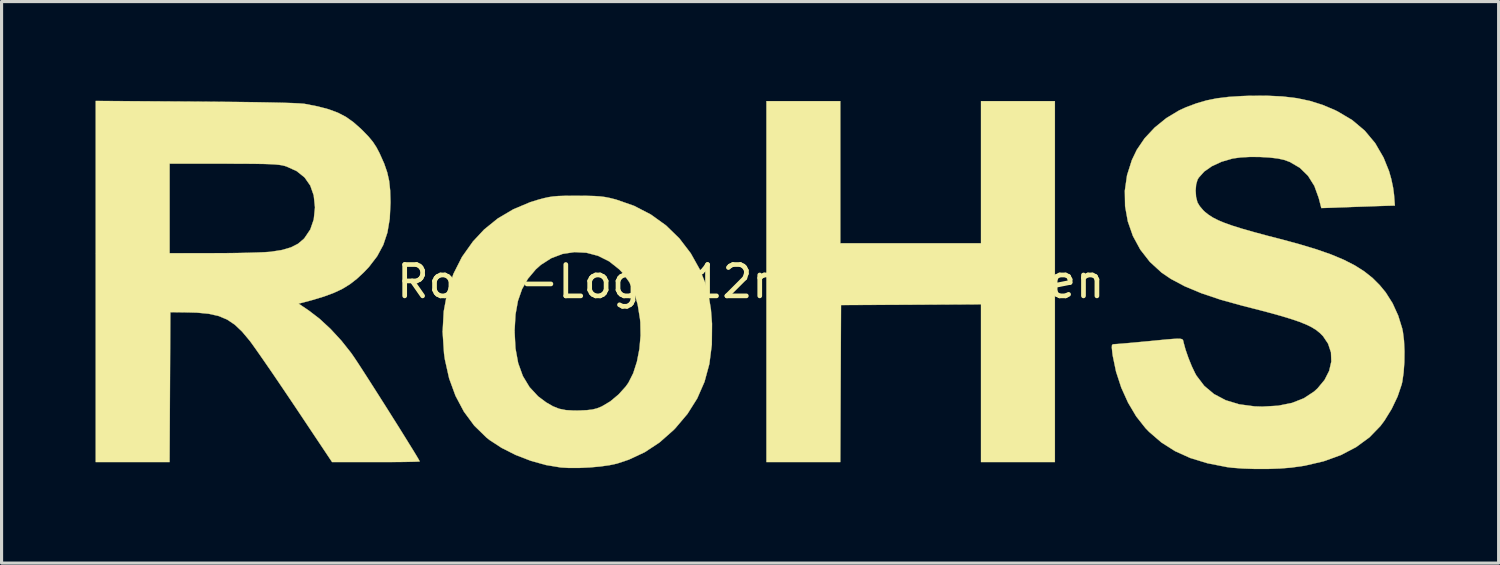
<source format=kicad_pcb>
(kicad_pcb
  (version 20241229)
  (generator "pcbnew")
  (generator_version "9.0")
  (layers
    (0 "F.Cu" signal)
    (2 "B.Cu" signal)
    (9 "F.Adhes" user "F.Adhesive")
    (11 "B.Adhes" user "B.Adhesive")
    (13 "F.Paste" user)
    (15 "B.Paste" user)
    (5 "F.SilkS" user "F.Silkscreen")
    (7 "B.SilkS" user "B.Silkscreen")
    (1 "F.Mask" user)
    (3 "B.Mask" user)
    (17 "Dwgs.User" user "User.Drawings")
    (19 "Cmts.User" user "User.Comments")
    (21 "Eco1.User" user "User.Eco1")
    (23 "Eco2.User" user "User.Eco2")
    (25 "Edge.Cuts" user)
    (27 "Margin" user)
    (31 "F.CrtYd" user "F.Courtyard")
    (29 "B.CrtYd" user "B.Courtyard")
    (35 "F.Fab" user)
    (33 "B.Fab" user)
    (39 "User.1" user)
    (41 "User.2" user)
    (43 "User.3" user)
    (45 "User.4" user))
  (footprint "RoHS-Logo_12mm_SilkScreen"
    (layer "F.Cu")
    (at 20.915 5.939)
    (property "Reference" "RoHS-Logo_12mm_SilkScreen" (at 0 0 0) (layer "F.SilkS") (effects (font (size 1 1) (thickness 0.15))))
    (attr board_only exclude_from_pos_files exclude_from_bom allow_missing_courtyard)
    (fp_poly (pts (xy 2.857 -1.225) (xy 7.348 -1.225) (xy 7.348 -5.76) (xy 9.706 -5.76) (xy 9.706 5.76) (xy 7.348 5.76) (xy 7.348 0.725) (xy 5.114 0.737) (xy 2.88 0.748) (xy 2.868 3.254) (xy 2.857 5.76) (xy 0.499 5.76) (xy 0.499 -5.76) (xy 2.857 -5.76) (xy 2.857 -1.225)) (stroke (width 0.01) (type solid)) (fill yes) (layer "F.SilkS"))
    (fp_poly (pts (xy -5.534 -2.74) (xy -5.231 -2.738) (xy -4.997 -2.732) (xy -4.812 -2.72) (xy -4.654 -2.7) (xy -4.502 -2.67) (xy -4.334 -2.628) (xy -4.306 -2.621) (xy -3.726 -2.419) (xy -3.191 -2.142) (xy -2.707 -1.794) (xy -2.28 -1.379) (xy -1.916 -0.903) (xy -1.63 -0.391) (xy -1.464 0.017) (xy -1.347 0.436) (xy -1.273 0.891) (xy -1.238 1.343) (xy -1.244 2.01) (xy -1.323 2.627) (xy -1.478 3.198) (xy -1.71 3.728) (xy -2.02 4.22) (xy -2.41 4.681) (xy -2.47 4.742) (xy -2.913 5.133) (xy -3.382 5.443) (xy -3.893 5.682) (xy -4.271 5.808) (xy -4.508 5.859) (xy -4.807 5.901) (xy -5.142 5.931) (xy -5.486 5.947) (xy -5.81 5.947) (xy -6.065 5.932) (xy -6.538 5.854) (xy -7.026 5.718) (xy -7.505 5.533) (xy -7.95 5.309) (xy -8.337 5.057) (xy -8.44 4.975) (xy -8.828 4.596) (xy -9.157 4.15) (xy -9.425 3.646) (xy -9.629 3.089) (xy -9.764 2.487) (xy -9.792 2.291) (xy -9.837 1.604) (xy -9.836 1.587) (xy -7.54 1.587) (xy -7.512 2.128) (xy -7.425 2.602) (xy -7.276 3.014) (xy -7.063 3.367) (xy -6.787 3.664) (xy -6.531 3.855) (xy -6.319 3.978) (xy -6.119 4.058) (xy -5.904 4.101) (xy -5.644 4.116) (xy -5.466 4.114) (xy -5.232 4.103) (xy -5.059 4.083) (xy -4.917 4.048) (xy -4.775 3.992) (xy -4.753 3.982) (xy -4.484 3.822) (xy -4.221 3.602) (xy -3.993 3.35) (xy -3.906 3.227) (xy -3.753 2.924) (xy -3.635 2.557) (xy -3.555 2.148) (xy -3.518 1.721) (xy -3.526 1.296) (xy -3.537 1.19) (xy -3.611 0.731) (xy -3.723 0.342) (xy -3.88 0.013) (xy -4.085 -0.271) (xy -4.198 -0.39) (xy -4.52 -0.646) (xy -4.873 -0.823) (xy -5.247 -0.922) (xy -5.628 -0.942) (xy -6.006 -0.885) (xy -6.368 -0.749) (xy -6.702 -0.535) (xy -6.865 -0.389) (xy -7.113 -0.094) (xy -7.301 0.238) (xy -7.433 0.616) (xy -7.511 1.051) (xy -7.539 1.554) (xy -7.54 1.587) (xy -9.836 1.587) (xy -9.801 0.949) (xy -9.686 0.33) (xy -9.491 -0.25) (xy -9.218 -0.789) (xy -8.868 -1.282) (xy -8.511 -1.664) (xy -8.077 -2.015) (xy -7.581 -2.308) (xy -7.037 -2.537) (xy -6.777 -2.617) (xy -6.604 -2.663) (xy -6.455 -2.696) (xy -6.308 -2.718) (xy -6.144 -2.732) (xy -5.94 -2.738) (xy -5.676 -2.74) (xy -5.534 -2.74)) (stroke (width 0.01) (type solid)) (fill yes) (layer "F.SilkS"))
    (fp_poly (pts (xy -17.723 -5.746) (xy -17.011 -5.74) (xy -16.374 -5.734) (xy -15.816 -5.727) (xy -15.337 -5.718) (xy -14.941 -5.709) (xy -14.628 -5.699) (xy -14.402 -5.688) (xy -14.264 -5.677) (xy -14.242 -5.674) (xy -13.821 -5.592) (xy -13.473 -5.5) (xy -13.179 -5.391) (xy -12.922 -5.257) (xy -12.684 -5.088) (xy -12.446 -4.878) (xy -12.395 -4.828) (xy -12.204 -4.631) (xy -12.063 -4.461) (xy -11.951 -4.29) (xy -11.846 -4.09) (xy -11.841 -4.078) (xy -11.702 -3.767) (xy -11.606 -3.489) (xy -11.544 -3.215) (xy -11.512 -2.914) (xy -11.501 -2.557) (xy -11.501 -2.517) (xy -11.525 -2.009) (xy -11.6 -1.565) (xy -11.732 -1.17) (xy -11.927 -0.809) (xy -12.19 -0.467) (xy -12.356 -0.293) (xy -12.577 -0.087) (xy -12.799 0.085) (xy -13.037 0.231) (xy -13.308 0.358) (xy -13.626 0.476) (xy -14.009 0.591) (xy -14.281 0.664) (xy -14.434 0.703) (xy -14.1 0.929) (xy -13.76 1.19) (xy -13.41 1.515) (xy -13.07 1.883) (xy -12.761 2.272) (xy -12.716 2.336) (xy -12.638 2.45) (xy -12.524 2.622) (xy -12.382 2.841) (xy -12.216 3.099) (xy -12.033 3.385) (xy -11.839 3.69) (xy -11.639 4.005) (xy -11.44 4.321) (xy -11.247 4.627) (xy -11.068 4.914) (xy -10.907 5.174) (xy -10.77 5.395) (xy -10.664 5.569) (xy -10.595 5.687) (xy -10.568 5.738) (xy -10.568 5.739) (xy -10.612 5.744) (xy -10.735 5.749) (xy -10.927 5.753) (xy -11.177 5.757) (xy -11.474 5.759) (xy -11.807 5.76) (xy -11.966 5.76) (xy -13.365 5.76) (xy -14.523 4.025) (xy -14.773 3.653) (xy -15.019 3.289) (xy -15.253 2.944) (xy -15.47 2.629) (xy -15.662 2.352) (xy -15.822 2.124) (xy -15.943 1.955) (xy -15.999 1.881) (xy -16.239 1.594) (xy -16.473 1.373) (xy -16.717 1.21) (xy -16.988 1.097) (xy -17.303 1.026) (xy -17.677 0.99) (xy -17.959 0.982) (xy -18.528 0.975) (xy -18.54 3.368) (xy -18.552 5.76) (xy -20.91 5.76) (xy -20.91 -3.765) (xy -18.551 -3.765) (xy -18.551 -0.907) (xy -17.134 -0.908) (xy -16.762 -0.909) (xy -16.399 -0.913) (xy -16.062 -0.92) (xy -15.765 -0.929) (xy -15.524 -0.939) (xy -15.354 -0.95) (xy -15.32 -0.953) (xy -14.963 -1.01) (xy -14.679 -1.093) (xy -14.454 -1.207) (xy -14.273 -1.36) (xy -14.246 -1.39) (xy -14.06 -1.665) (xy -13.95 -1.985) (xy -13.912 -2.355) (xy -13.912 -2.381) (xy -13.951 -2.752) (xy -14.061 -3.066) (xy -14.242 -3.324) (xy -14.494 -3.527) (xy -14.819 -3.674) (xy -14.878 -3.693) (xy -14.956 -3.712) (xy -15.052 -3.727) (xy -15.177 -3.74) (xy -15.34 -3.749) (xy -15.551 -3.756) (xy -15.819 -3.76) (xy -16.153 -3.763) (xy -16.563 -3.764) (xy -16.836 -3.765) (xy -18.551 -3.765) (xy -20.91 -3.765) (xy -20.91 -5.767) (xy -17.723 -5.746)) (stroke (width 0.01) (type solid)) (fill yes) (layer "F.SilkS"))
    (fp_poly (pts (xy 16.973 -5.91) (xy 17.432 -5.855) (xy 17.852 -5.766) (xy 18.25 -5.641) (xy 18.641 -5.476) (xy 18.727 -5.434) (xy 19.195 -5.157) (xy 19.595 -4.82) (xy 19.929 -4.421) (xy 20.197 -3.959) (xy 20.371 -3.529) (xy 20.444 -3.273) (xy 20.501 -3.003) (xy 20.531 -2.779) (xy 20.558 -2.427) (xy 20.428 -2.424) (xy 20.346 -2.422) (xy 20.188 -2.417) (xy 19.969 -2.41) (xy 19.704 -2.4) (xy 19.408 -2.39) (xy 19.254 -2.385) (xy 18.211 -2.348) (xy 18.128 -2.669) (xy 17.989 -3.054) (xy 17.787 -3.376) (xy 17.526 -3.632) (xy 17.206 -3.819) (xy 17.032 -3.884) (xy 16.822 -3.93) (xy 16.55 -3.962) (xy 16.244 -3.979) (xy 15.931 -3.98) (xy 15.64 -3.965) (xy 15.398 -3.932) (xy 15.38 -3.929) (xy 15.028 -3.827) (xy 14.721 -3.686) (xy 14.473 -3.514) (xy 14.297 -3.317) (xy 14.261 -3.257) (xy 14.215 -3.104) (xy 14.199 -2.905) (xy 14.213 -2.699) (xy 14.258 -2.527) (xy 14.258 -2.526) (xy 14.33 -2.408) (xy 14.441 -2.277) (xy 14.495 -2.226) (xy 14.614 -2.132) (xy 14.752 -2.043) (xy 14.92 -1.958) (xy 15.125 -1.873) (xy 15.376 -1.784) (xy 15.683 -1.688) (xy 16.055 -1.582) (xy 16.499 -1.462) (xy 16.873 -1.366) (xy 17.501 -1.197) (xy 18.046 -1.033) (xy 18.519 -0.868) (xy 18.926 -0.698) (xy 19.277 -0.519) (xy 19.58 -0.327) (xy 19.844 -0.118) (xy 20.076 0.114) (xy 20.267 0.346) (xy 20.485 0.691) (xy 20.665 1.086) (xy 20.791 1.492) (xy 20.815 1.607) (xy 20.85 1.89) (xy 20.865 2.221) (xy 20.861 2.569) (xy 20.837 2.903) (xy 20.796 3.191) (xy 20.775 3.283) (xy 20.646 3.665) (xy 20.458 4.06) (xy 20.229 4.432) (xy 20.097 4.609) (xy 19.746 4.971) (xy 19.324 5.28) (xy 18.835 5.536) (xy 18.283 5.735) (xy 17.672 5.877) (xy 17.245 5.937) (xy 16.893 5.965) (xy 16.5 5.979) (xy 16.095 5.979) (xy 15.707 5.966) (xy 15.363 5.94) (xy 15.195 5.919) (xy 14.575 5.797) (xy 14.026 5.629) (xy 13.539 5.409) (xy 13.105 5.133) (xy 12.716 4.798) (xy 12.596 4.674) (xy 12.303 4.303) (xy 12.043 3.865) (xy 11.825 3.383) (xy 11.659 2.875) (xy 11.553 2.365) (xy 11.539 2.257) (xy 11.524 2.11) (xy 11.528 2.032) (xy 11.555 2.001) (xy 11.614 1.996) (xy 11.617 1.996) (xy 11.694 1.991) (xy 11.845 1.979) (xy 12.056 1.961) (xy 12.311 1.938) (xy 12.594 1.911) (xy 12.655 1.906) (xy 13.003 1.872) (xy 13.271 1.846) (xy 13.47 1.83) (xy 13.611 1.822) (xy 13.704 1.824) (xy 13.76 1.836) (xy 13.79 1.857) (xy 13.803 1.889) (xy 13.812 1.932) (xy 13.813 1.939) (xy 13.876 2.17) (xy 13.968 2.435) (xy 14.075 2.7) (xy 14.184 2.928) (xy 14.226 3.003) (xy 14.474 3.328) (xy 14.785 3.589) (xy 15.158 3.786) (xy 15.59 3.917) (xy 16.08 3.982) (xy 16.329 3.99) (xy 16.834 3.961) (xy 17.275 3.872) (xy 17.654 3.723) (xy 17.976 3.511) (xy 18.089 3.409) (xy 18.314 3.138) (xy 18.461 2.849) (xy 18.53 2.552) (xy 18.519 2.259) (xy 18.426 1.98) (xy 18.266 1.742) (xy 18.164 1.639) (xy 18.046 1.544) (xy 17.903 1.455) (xy 17.727 1.369) (xy 17.508 1.281) (xy 17.239 1.19) (xy 16.912 1.091) (xy 16.518 0.982) (xy 16.049 0.86) (xy 15.707 0.773) (xy 15.003 0.579) (xy 14.384 0.371) (xy 13.852 0.149) (xy 13.408 -0.087) (xy 13.116 -0.284) (xy 12.739 -0.629) (xy 12.432 -1.023) (xy 12.196 -1.458) (xy 12.034 -1.923) (xy 11.947 -2.408) (xy 11.939 -2.903) (xy 12.01 -3.397) (xy 12.164 -3.881) (xy 12.32 -4.206) (xy 12.57 -4.574) (xy 12.891 -4.917) (xy 13.265 -5.22) (xy 13.674 -5.466) (xy 13.889 -5.564) (xy 14.223 -5.689) (xy 14.544 -5.783) (xy 14.876 -5.85) (xy 15.241 -5.895) (xy 15.664 -5.922) (xy 15.876 -5.93) (xy 16.46 -5.934) (xy 16.973 -5.91)) (stroke (width 0.01) (type solid)) (fill yes) (layer "F.SilkS")))
  (gr_rect
    (start -3 -3)
    (end 44.785 14.923)
    (stroke (width 0.1) (type default))
    (fill no)
    (layer "Edge.Cuts")))
</source>
